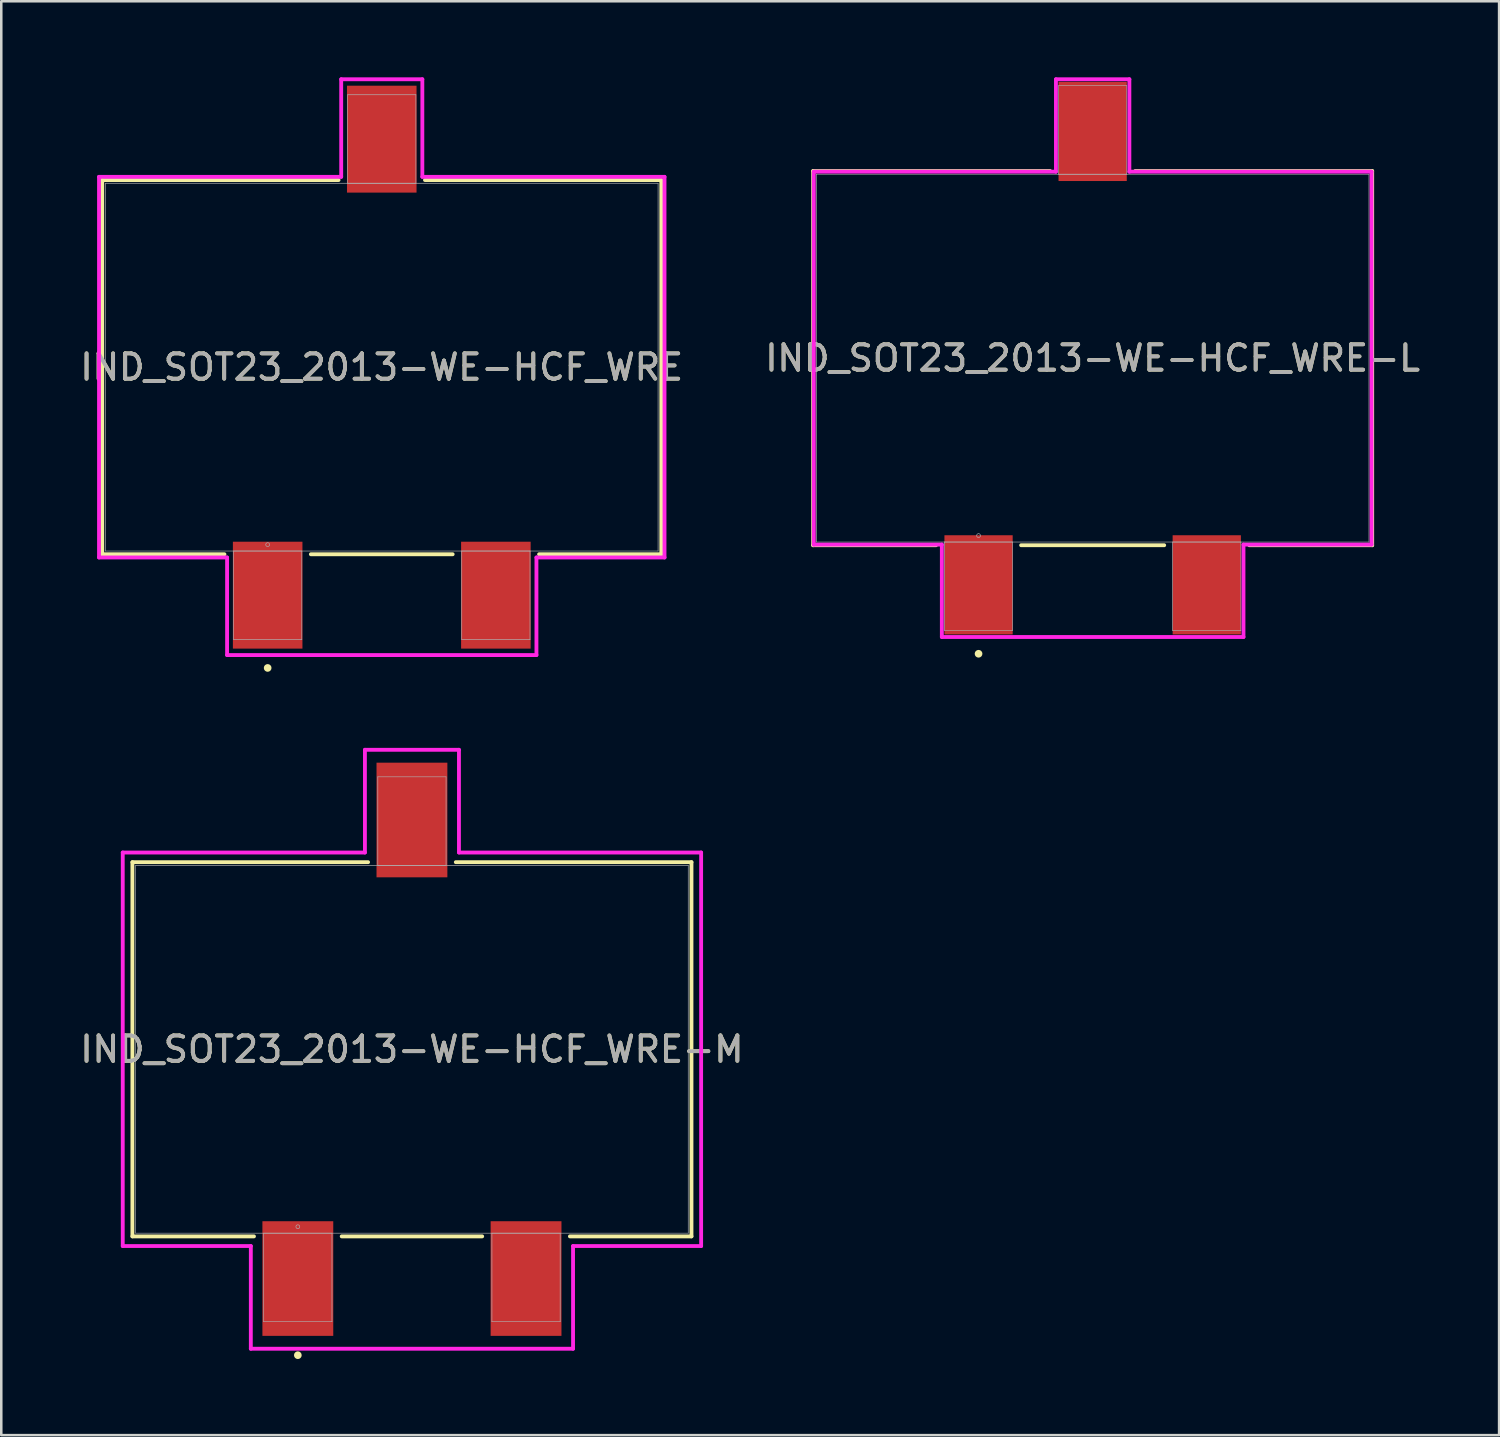
<source format=kicad_pcb>
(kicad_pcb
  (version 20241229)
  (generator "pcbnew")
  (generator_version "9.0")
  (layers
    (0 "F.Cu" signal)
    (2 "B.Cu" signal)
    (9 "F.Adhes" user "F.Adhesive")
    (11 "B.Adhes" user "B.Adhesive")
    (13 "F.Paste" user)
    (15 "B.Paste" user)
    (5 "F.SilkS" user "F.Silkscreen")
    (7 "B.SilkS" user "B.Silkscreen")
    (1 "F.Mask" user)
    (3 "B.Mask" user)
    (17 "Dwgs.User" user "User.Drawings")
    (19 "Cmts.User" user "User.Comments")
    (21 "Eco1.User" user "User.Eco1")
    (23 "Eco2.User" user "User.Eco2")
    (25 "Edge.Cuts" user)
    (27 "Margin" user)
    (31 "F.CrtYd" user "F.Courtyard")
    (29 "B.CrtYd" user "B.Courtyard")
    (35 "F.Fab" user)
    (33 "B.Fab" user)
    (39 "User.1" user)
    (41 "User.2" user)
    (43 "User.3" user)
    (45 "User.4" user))
  (footprint "IND_SOT23_2013-WE-HCF_WRE-M"
    (layer "F.Cu")
    (at 13.196 38.331)
    (property "Reference" "IND_SOT23_2013-WE-HCF_WRE-M" (at 0 0 0) (unlocked yes) (layer "F.SilkS") (effects (font (size 1 1) (thickness 0.15))))
    (attr smd)
    (fp_line (start -11.024 -7.379) (end -11.024 7.379) (stroke (width 0.152) (type solid)) (layer "F.SilkS"))
    (fp_line (start -11.024 7.379) (end -6.23 7.379) (stroke (width 0.152) (type solid)) (layer "F.SilkS"))
    (fp_line (start -2.77 7.379) (end 2.77 7.379) (stroke (width 0.152) (type solid)) (layer "F.SilkS"))
    (fp_line (start -1.73 -7.379) (end -11.024 -7.379) (stroke (width 0.152) (type solid)) (layer "F.SilkS"))
    (fp_line (start 6.23 7.379) (end 11.024 7.379) (stroke (width 0.152) (type solid)) (layer "F.SilkS"))
    (fp_line (start 11.024 -7.379) (end 1.73 -7.379) (stroke (width 0.152) (type solid)) (layer "F.SilkS"))
    (fp_line (start 11.024 7.379) (end 11.024 -7.379) (stroke (width 0.152) (type solid)) (layer "F.SilkS"))
    (fp_circle (center -4.5 12.065) (end -4.424 12.065) (stroke (width 0.152) (type solid)) (fill no) (layer "F.SilkS"))
    (fp_line (start -11.405 -7.76) (end -1.854 -7.76) (stroke (width 0.152) (type solid)) (layer "F.CrtYd"))
    (fp_line (start -11.405 7.76) (end -11.405 -7.76) (stroke (width 0.152) (type solid)) (layer "F.CrtYd"))
    (fp_line (start -11.405 7.76) (end -6.354 7.76) (stroke (width 0.152) (type solid)) (layer "F.CrtYd"))
    (fp_line (start -6.354 7.76) (end -6.354 11.811) (stroke (width 0.152) (type solid)) (layer "F.CrtYd"))
    (fp_line (start -6.354 11.811) (end 6.354 11.811) (stroke (width 0.152) (type solid)) (layer "F.CrtYd"))
    (fp_line (start -1.854 -11.811) (end 1.854 -11.811) (stroke (width 0.152) (type solid)) (layer "F.CrtYd"))
    (fp_line (start -1.854 -7.76) (end -1.854 -11.811) (stroke (width 0.152) (type solid)) (layer "F.CrtYd"))
    (fp_line (start 1.854 -7.76) (end 1.854 -11.811) (stroke (width 0.152) (type solid)) (layer "F.CrtYd"))
    (fp_line (start 6.354 7.76) (end 6.354 11.811) (stroke (width 0.152) (type solid)) (layer "F.CrtYd"))
    (fp_line (start 11.405 -7.76) (end 1.854 -7.76) (stroke (width 0.152) (type solid)) (layer "F.CrtYd"))
    (fp_line (start 11.405 -7.76) (end 11.405 7.76) (stroke (width 0.152) (type solid)) (layer "F.CrtYd"))
    (fp_line (start 11.405 7.76) (end 6.354 7.76) (stroke (width 0.152) (type solid)) (layer "F.CrtYd"))
    (fp_line (start -10.897 -7.252) (end -10.897 7.252) (stroke (width 0.025) (type solid)) (layer "F.Fab"))
    (fp_line (start -10.897 7.252) (end 10.897 7.252) (stroke (width 0.025) (type solid)) (layer "F.Fab"))
    (fp_line (start -5.846 7.252) (end -5.846 10.744) (stroke (width 0.025) (type solid)) (layer "F.Fab"))
    (fp_line (start -5.846 10.744) (end -3.154 10.744) (stroke (width 0.025) (type solid)) (layer "F.Fab"))
    (fp_line (start -3.154 7.252) (end -5.846 7.252) (stroke (width 0.025) (type solid)) (layer "F.Fab"))
    (fp_line (start -3.154 10.744) (end -3.154 7.252) (stroke (width 0.025) (type solid)) (layer "F.Fab"))
    (fp_line (start -1.346 -10.744) (end -1.346 -7.252) (stroke (width 0.025) (type solid)) (layer "F.Fab"))
    (fp_line (start -1.346 -7.252) (end 1.346 -7.252) (stroke (width 0.025) (type solid)) (layer "F.Fab"))
    (fp_line (start 1.346 -10.744) (end -1.346 -10.744) (stroke (width 0.025) (type solid)) (layer "F.Fab"))
    (fp_line (start 1.346 -7.252) (end 1.346 -10.744) (stroke (width 0.025) (type solid)) (layer "F.Fab"))
    (fp_line (start 3.154 7.252) (end 3.154 10.744) (stroke (width 0.025) (type solid)) (layer "F.Fab"))
    (fp_line (start 3.154 10.744) (end 5.846 10.744) (stroke (width 0.025) (type solid)) (layer "F.Fab"))
    (fp_line (start 5.846 7.252) (end 3.154 7.252) (stroke (width 0.025) (type solid)) (layer "F.Fab"))
    (fp_line (start 5.846 10.744) (end 5.846 7.252) (stroke (width 0.025) (type solid)) (layer "F.Fab"))
    (fp_line (start 10.897 -7.252) (end -10.897 -7.252) (stroke (width 0.025) (type solid)) (layer "F.Fab"))
    (fp_line (start 10.897 7.252) (end 10.897 -7.252) (stroke (width 0.025) (type solid)) (layer "F.Fab"))
    (fp_circle (center -4.5 6.998) (end -4.424 6.998) (stroke (width 0.025) (type solid)) (fill no) (layer "F.Fab"))
    (fp_text user "${REFERENCE}" (at 0 0 0) (unlocked yes) (layer "F.Fab") (effects (font (size 1 1) (thickness 0.15))))
    (pad "1" smd rect (at -4.5 9.042) (size 2.794 4.521) (layers "F.Cu" "F.Mask" "F.Paste"))
    (pad "2" smd rect (at 4.5 9.042) (size 2.794 4.521) (layers "F.Cu" "F.Mask" "F.Paste"))
    (pad "3" smd rect (at 0 -9.042) (size 2.794 4.521) (layers "F.Cu" "F.Mask" "F.Paste")))
  (footprint "IND_SOT23_2013-WE-HCF_WRE-L"
    (layer "F.Cu")
    (at 40.042 11.074)
    (property "Reference" "IND_SOT23_2013-WE-HCF_WRE-L" (at 0 0 0) (unlocked yes) (layer "F.SilkS") (effects (font (size 1 1) (thickness 0.15))))
    (attr smd)
    (fp_line (start -11.024 -7.379) (end -11.024 7.379) (stroke (width 0.152) (type solid)) (layer "F.SilkS"))
    (fp_line (start -11.024 7.379) (end -6.179 7.379) (stroke (width 0.152) (type solid)) (layer "F.SilkS"))
    (fp_line (start -2.821 7.379) (end 2.821 7.379) (stroke (width 0.152) (type solid)) (layer "F.SilkS"))
    (fp_line (start -1.679 -7.379) (end -11.024 -7.379) (stroke (width 0.152) (type solid)) (layer "F.SilkS"))
    (fp_line (start 6.179 7.379) (end 11.024 7.379) (stroke (width 0.152) (type solid)) (layer "F.SilkS"))
    (fp_line (start 11.024 -7.379) (end 1.679 -7.379) (stroke (width 0.152) (type solid)) (layer "F.SilkS"))
    (fp_line (start 11.024 7.379) (end 11.024 -7.379) (stroke (width 0.152) (type solid)) (layer "F.SilkS"))
    (fp_circle (center -4.5 11.659) (end -4.424 11.659) (stroke (width 0.152) (type solid)) (fill no) (layer "F.SilkS"))
    (fp_line (start -10.998 -7.353) (end -1.448 -7.353) (stroke (width 0.152) (type solid)) (layer "F.CrtYd"))
    (fp_line (start -10.998 7.353) (end -10.998 -7.353) (stroke (width 0.152) (type solid)) (layer "F.CrtYd"))
    (fp_line (start -10.998 7.353) (end -5.948 7.353) (stroke (width 0.152) (type solid)) (layer "F.CrtYd"))
    (fp_line (start -5.948 7.353) (end -5.948 10.998) (stroke (width 0.152) (type solid)) (layer "F.CrtYd"))
    (fp_line (start -5.948 10.998) (end 5.948 10.998) (stroke (width 0.152) (type solid)) (layer "F.CrtYd"))
    (fp_line (start -1.448 -10.998) (end 1.448 -10.998) (stroke (width 0.152) (type solid)) (layer "F.CrtYd"))
    (fp_line (start -1.448 -7.353) (end -1.448 -10.998) (stroke (width 0.152) (type solid)) (layer "F.CrtYd"))
    (fp_line (start 1.448 -7.353) (end 1.448 -10.998) (stroke (width 0.152) (type solid)) (layer "F.CrtYd"))
    (fp_line (start 5.948 7.353) (end 5.948 10.998) (stroke (width 0.152) (type solid)) (layer "F.CrtYd"))
    (fp_line (start 10.998 -7.353) (end 1.448 -7.353) (stroke (width 0.152) (type solid)) (layer "F.CrtYd"))
    (fp_line (start 10.998 -7.353) (end 10.998 7.353) (stroke (width 0.152) (type solid)) (layer "F.CrtYd"))
    (fp_line (start 10.998 7.353) (end 5.948 7.353) (stroke (width 0.152) (type solid)) (layer "F.CrtYd"))
    (fp_line (start -10.897 -7.252) (end -10.897 7.252) (stroke (width 0.025) (type solid)) (layer "F.Fab"))
    (fp_line (start -10.897 7.252) (end 10.897 7.252) (stroke (width 0.025) (type solid)) (layer "F.Fab"))
    (fp_line (start -5.846 7.252) (end -5.846 10.744) (stroke (width 0.025) (type solid)) (layer "F.Fab"))
    (fp_line (start -5.846 10.744) (end -3.154 10.744) (stroke (width 0.025) (type solid)) (layer "F.Fab"))
    (fp_line (start -3.154 7.252) (end -5.846 7.252) (stroke (width 0.025) (type solid)) (layer "F.Fab"))
    (fp_line (start -3.154 10.744) (end -3.154 7.252) (stroke (width 0.025) (type solid)) (layer "F.Fab"))
    (fp_line (start -1.346 -10.744) (end -1.346 -7.252) (stroke (width 0.025) (type solid)) (layer "F.Fab"))
    (fp_line (start -1.346 -7.252) (end 1.346 -7.252) (stroke (width 0.025) (type solid)) (layer "F.Fab"))
    (fp_line (start 1.346 -10.744) (end -1.346 -10.744) (stroke (width 0.025) (type solid)) (layer "F.Fab"))
    (fp_line (start 1.346 -7.252) (end 1.346 -10.744) (stroke (width 0.025) (type solid)) (layer "F.Fab"))
    (fp_line (start 3.154 7.252) (end 3.154 10.744) (stroke (width 0.025) (type solid)) (layer "F.Fab"))
    (fp_line (start 3.154 10.744) (end 5.846 10.744) (stroke (width 0.025) (type solid)) (layer "F.Fab"))
    (fp_line (start 5.846 7.252) (end 3.154 7.252) (stroke (width 0.025) (type solid)) (layer "F.Fab"))
    (fp_line (start 5.846 10.744) (end 5.846 7.252) (stroke (width 0.025) (type solid)) (layer "F.Fab"))
    (fp_line (start 10.897 -7.252) (end -10.897 -7.252) (stroke (width 0.025) (type solid)) (layer "F.Fab"))
    (fp_line (start 10.897 7.252) (end 10.897 -7.252) (stroke (width 0.025) (type solid)) (layer "F.Fab"))
    (fp_circle (center -4.5 6.998) (end -4.424 6.998) (stroke (width 0.025) (type solid)) (fill no) (layer "F.Fab"))
    (fp_text user "${REFERENCE}" (at 0 0 0) (unlocked yes) (layer "F.Fab") (effects (font (size 1 1) (thickness 0.15))))
    (pad "1" smd rect (at -4.5 8.941) (size 2.692 3.912) (layers "F.Cu" "F.Mask" "F.Paste"))
    (pad "2" smd rect (at 4.5 8.941) (size 2.692 3.912) (layers "F.Cu" "F.Mask" "F.Paste"))
    (pad "3" smd rect (at 0 -8.941) (size 2.692 3.912) (layers "F.Cu" "F.Mask" "F.Paste")))
  (footprint "IND_SOT23_2013-WE-HCF_WRE"
    (layer "F.Cu")
    (at 12.006 11.43)
    (property "Reference" "IND_SOT23_2013-WE-HCF_WRE" (at 0 0 0) (unlocked yes) (layer "F.SilkS") (effects (font (size 1 1) (thickness 0.15))))
    (attr smd)
    (fp_line (start -11.024 -7.379) (end -11.024 7.379) (stroke (width 0.152) (type solid)) (layer "F.SilkS"))
    (fp_line (start -11.024 7.379) (end -6.204 7.379) (stroke (width 0.152) (type solid)) (layer "F.SilkS"))
    (fp_line (start -2.796 7.379) (end 2.796 7.379) (stroke (width 0.152) (type solid)) (layer "F.SilkS"))
    (fp_line (start -1.704 -7.379) (end -11.024 -7.379) (stroke (width 0.152) (type solid)) (layer "F.SilkS"))
    (fp_line (start 6.204 7.379) (end 11.024 7.379) (stroke (width 0.152) (type solid)) (layer "F.SilkS"))
    (fp_line (start 11.024 -7.379) (end 1.704 -7.379) (stroke (width 0.152) (type solid)) (layer "F.SilkS"))
    (fp_line (start 11.024 7.379) (end 11.024 -7.379) (stroke (width 0.152) (type solid)) (layer "F.SilkS"))
    (fp_circle (center -4.5 11.862) (end -4.424 11.862) (stroke (width 0.152) (type solid)) (fill no) (layer "F.SilkS"))
    (fp_line (start -11.151 -7.506) (end -1.6 -7.506) (stroke (width 0.152) (type solid)) (layer "F.CrtYd"))
    (fp_line (start -11.151 7.506) (end -11.151 -7.506) (stroke (width 0.152) (type solid)) (layer "F.CrtYd"))
    (fp_line (start -11.151 7.506) (end -6.1 7.506) (stroke (width 0.152) (type solid)) (layer "F.CrtYd"))
    (fp_line (start -6.1 7.506) (end -6.1 11.354) (stroke (width 0.152) (type solid)) (layer "F.CrtYd"))
    (fp_line (start -6.1 11.354) (end 6.1 11.354) (stroke (width 0.152) (type solid)) (layer "F.CrtYd"))
    (fp_line (start -1.6 -11.354) (end 1.6 -11.354) (stroke (width 0.152) (type solid)) (layer "F.CrtYd"))
    (fp_line (start -1.6 -7.506) (end -1.6 -11.354) (stroke (width 0.152) (type solid)) (layer "F.CrtYd"))
    (fp_line (start 1.6 -7.506) (end 1.6 -11.354) (stroke (width 0.152) (type solid)) (layer "F.CrtYd"))
    (fp_line (start 6.1 7.506) (end 6.1 11.354) (stroke (width 0.152) (type solid)) (layer "F.CrtYd"))
    (fp_line (start 11.151 -7.506) (end 1.6 -7.506) (stroke (width 0.152) (type solid)) (layer "F.CrtYd"))
    (fp_line (start 11.151 -7.506) (end 11.151 7.506) (stroke (width 0.152) (type solid)) (layer "F.CrtYd"))
    (fp_line (start 11.151 7.506) (end 6.1 7.506) (stroke (width 0.152) (type solid)) (layer "F.CrtYd"))
    (fp_line (start -10.897 -7.252) (end -10.897 7.252) (stroke (width 0.025) (type solid)) (layer "F.Fab"))
    (fp_line (start -10.897 7.252) (end 10.897 7.252) (stroke (width 0.025) (type solid)) (layer "F.Fab"))
    (fp_line (start -5.846 7.252) (end -5.846 10.744) (stroke (width 0.025) (type solid)) (layer "F.Fab"))
    (fp_line (start -5.846 10.744) (end -3.154 10.744) (stroke (width 0.025) (type solid)) (layer "F.Fab"))
    (fp_line (start -3.154 7.252) (end -5.846 7.252) (stroke (width 0.025) (type solid)) (layer "F.Fab"))
    (fp_line (start -3.154 10.744) (end -3.154 7.252) (stroke (width 0.025) (type solid)) (layer "F.Fab"))
    (fp_line (start -1.346 -10.744) (end -1.346 -7.252) (stroke (width 0.025) (type solid)) (layer "F.Fab"))
    (fp_line (start -1.346 -7.252) (end 1.346 -7.252) (stroke (width 0.025) (type solid)) (layer "F.Fab"))
    (fp_line (start 1.346 -10.744) (end -1.346 -10.744) (stroke (width 0.025) (type solid)) (layer "F.Fab"))
    (fp_line (start 1.346 -7.252) (end 1.346 -10.744) (stroke (width 0.025) (type solid)) (layer "F.Fab"))
    (fp_line (start 3.154 7.252) (end 3.154 10.744) (stroke (width 0.025) (type solid)) (layer "F.Fab"))
    (fp_line (start 3.154 10.744) (end 5.846 10.744) (stroke (width 0.025) (type solid)) (layer "F.Fab"))
    (fp_line (start 5.846 7.252) (end 3.154 7.252) (stroke (width 0.025) (type solid)) (layer "F.Fab"))
    (fp_line (start 5.846 10.744) (end 5.846 7.252) (stroke (width 0.025) (type solid)) (layer "F.Fab"))
    (fp_line (start 10.897 -7.252) (end -10.897 -7.252) (stroke (width 0.025) (type solid)) (layer "F.Fab"))
    (fp_line (start 10.897 7.252) (end 10.897 -7.252) (stroke (width 0.025) (type solid)) (layer "F.Fab"))
    (fp_circle (center -4.5 6.998) (end -4.424 6.998) (stroke (width 0.025) (type solid)) (fill no) (layer "F.Fab"))
    (fp_text user "${REFERENCE}" (at 0 0 0) (unlocked yes) (layer "F.Fab") (effects (font (size 1 1) (thickness 0.15))))
    (pad "1" smd rect (at -4.5 8.992) (size 2.743 4.216) (layers "F.Cu" "F.Mask" "F.Paste"))
    (pad "2" smd rect (at 4.5 8.992) (size 2.743 4.216) (layers "F.Cu" "F.Mask" "F.Paste"))
    (pad "3" smd rect (at 0 -8.992) (size 2.743 4.216) (layers "F.Cu" "F.Mask" "F.Paste")))
  (gr_rect
    (start -3 -3)
    (end 56.071 53.549)
    (stroke (width 0.1) (type default))
    (fill no)
    (layer "Edge.Cuts")))
</source>
